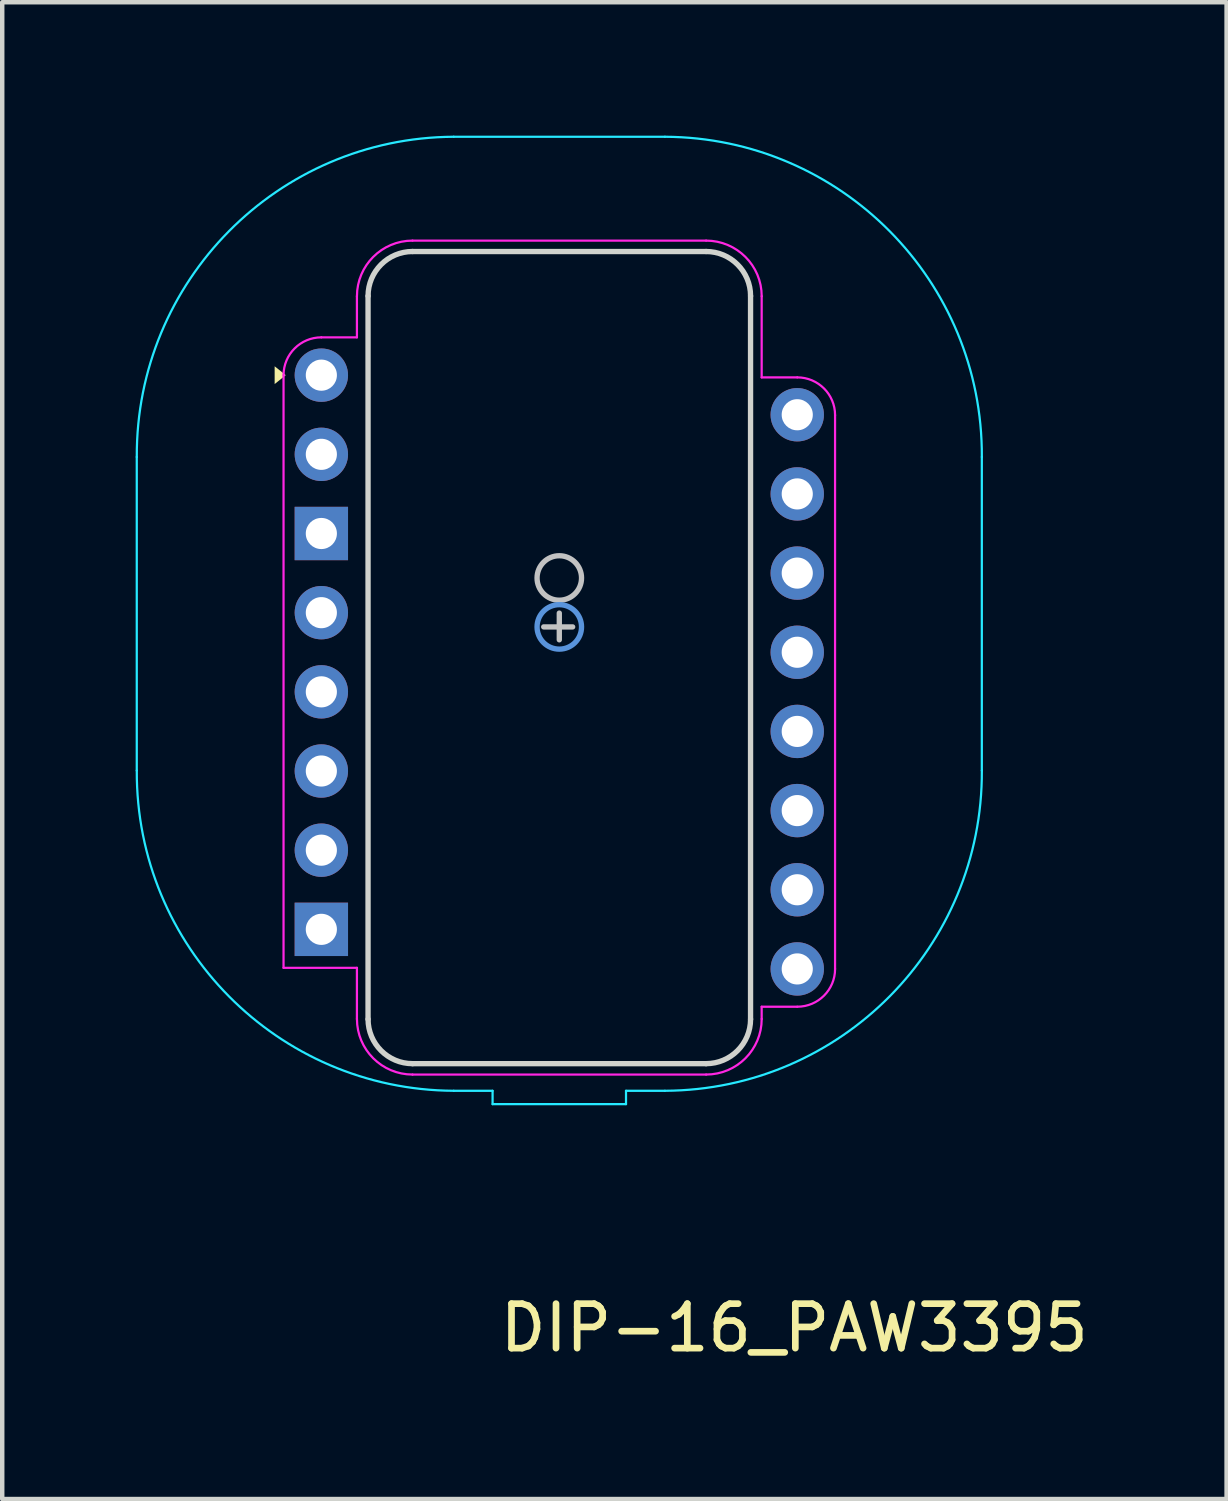
<source format=kicad_pcb>
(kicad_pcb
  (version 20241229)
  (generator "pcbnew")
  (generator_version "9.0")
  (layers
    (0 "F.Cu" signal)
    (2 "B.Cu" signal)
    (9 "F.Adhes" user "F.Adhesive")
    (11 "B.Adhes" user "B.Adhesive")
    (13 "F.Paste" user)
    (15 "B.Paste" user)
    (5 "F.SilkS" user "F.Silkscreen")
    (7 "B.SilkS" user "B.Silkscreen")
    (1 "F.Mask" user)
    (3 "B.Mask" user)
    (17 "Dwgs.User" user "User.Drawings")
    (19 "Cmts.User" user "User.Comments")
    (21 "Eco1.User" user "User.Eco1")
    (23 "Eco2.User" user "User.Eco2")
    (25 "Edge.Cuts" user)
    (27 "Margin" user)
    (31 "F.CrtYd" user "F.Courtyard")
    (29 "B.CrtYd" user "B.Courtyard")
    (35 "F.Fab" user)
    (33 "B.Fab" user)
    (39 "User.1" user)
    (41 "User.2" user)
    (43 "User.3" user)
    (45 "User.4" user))
  (footprint "DIP-16_PAW3395"
    (layer "F.Cu")
    (at 9.528 11.016)
    (property "Reference" "DIP-16_PAW3395" (at 5.28 15.79 0) (layer "F.SilkS") (effects (font (size 1 1) (thickness 0.15))))
    (attr through_hole)
    (fp_poly (pts (xy -6.153 -5.631) (xy -6.403 -5.831) (xy -6.403 -5.431)) (stroke (width 0) (type solid)) (fill yes) (layer "F.SilkS"))
    (fp_line (start -0.353 0.029) (end 0.297 0.029) (stroke (width 0.12) (type solid)) (layer "Dwgs.User"))
    (fp_line (start -0.003 -0.281) (end -0.003 0.319) (stroke (width 0.12) (type solid)) (layer "Dwgs.User"))
    (fp_circle (center -0.003 -1.071) (end 0.497 -1.071) (stroke (width 0.12) (type solid)) (fill no) (layer "Dwgs.User"))
    (fp_circle (center -0.003 0.029) (end 0.497 0.029) (stroke (width 0.12) (type solid)) (fill no) (layer "Cmts.User"))
    (fp_line (start -4.303 -7.411) (end -4.303 8.849) (stroke (width 0.12) (type solid)) (layer "Edge.Cuts"))
    (fp_line (start -3.303 -8.411) (end 3.297 -8.411) (stroke (width 0.12) (type solid)) (layer "Edge.Cuts"))
    (fp_line (start -3.303 9.849) (end 3.297 9.849) (stroke (width 0.12) (type solid)) (layer "Edge.Cuts"))
    (fp_line (start 4.297 -7.411) (end 4.297 8.849) (stroke (width 0.12) (type solid)) (layer "Edge.Cuts"))
    (fp_arc (start -4.302537 -7.411237) (mid -4.009644 -8.118344) (end -3.302537 -8.411237) (stroke (width 0.12) (type default)) (layer "Edge.Cuts"))
    (fp_arc (start -3.302537 9.848763) (mid -4.009644 9.55587) (end -4.302537 8.848763) (stroke (width 0.12) (type default)) (layer "Edge.Cuts"))
    (fp_arc (start 3.297463 -8.411237) (mid 4.00457 -8.118344) (end 4.297463 -7.411237) (stroke (width 0.12) (type default)) (layer "Edge.Cuts"))
    (fp_arc (start 4.297463 8.848763) (mid 4.00457 9.55587) (end 3.297463 9.848763) (stroke (width 0.12) (type default)) (layer "Edge.Cuts"))
    (fp_line (start -9.503 -3.791) (end -9.503 3.259) (stroke (width 0.05) (type solid)) (layer "B.CrtYd"))
    (fp_line (start -2.378 -10.991) (end 2.372 -10.991) (stroke (width 0.05) (type solid)) (layer "B.CrtYd"))
    (fp_line (start -2.378 10.459) (end -1.503 10.459) (stroke (width 0.05) (type solid)) (layer "B.CrtYd"))
    (fp_line (start -1.503 10.459) (end -1.503 10.759) (stroke (width 0.05) (type solid)) (layer "B.CrtYd"))
    (fp_line (start -1.503 10.759) (end 1.497 10.759) (stroke (width 0.05) (type solid)) (layer "B.CrtYd"))
    (fp_line (start 1.497 10.459) (end 1.497 10.759) (stroke (width 0.05) (type solid)) (layer "B.CrtYd"))
    (fp_line (start 1.497 10.459) (end 2.372 10.459) (stroke (width 0.05) (type solid)) (layer "B.CrtYd"))
    (fp_line (start 9.497 -3.791) (end 9.497 3.259) (stroke (width 0.05) (type solid)) (layer "B.CrtYd"))
    (fp_arc (start -9.502538 -3.791237) (mid -7.431207 -8.866874) (end -2.377537 -10.991237) (stroke (width 0.05) (type solid)) (layer "B.CrtYd"))
    (fp_arc (start -2.377537 10.458763) (mid -7.431206 8.334399) (end -9.502537 3.258763) (stroke (width 0.05) (type solid)) (layer "B.CrtYd"))
    (fp_arc (start 2.372463 -10.991237) (mid 7.426132 -8.866873) (end 9.497463 -3.791237) (stroke (width 0.05) (type solid)) (layer "B.CrtYd"))
    (fp_arc (start 9.497463 3.258763) (mid 7.426132 8.334399) (end 2.372463 10.458763) (stroke (width 0.05) (type solid)) (layer "B.CrtYd"))
    (fp_line (start -6.203 7.694) (end -6.203 -5.631) (stroke (width 0.05) (type default)) (layer "F.CrtYd"))
    (fp_line (start -4.553 -7.406) (end -4.553 -6.481) (stroke (width 0.05) (type default)) (layer "F.CrtYd"))
    (fp_line (start -4.553 -6.481) (end -5.353 -6.481) (stroke (width 0.05) (type default)) (layer "F.CrtYd"))
    (fp_line (start -4.553 7.694) (end -6.203 7.694) (stroke (width 0.05) (type default)) (layer "F.CrtYd"))
    (fp_line (start -4.553 8.844) (end -4.553 7.694) (stroke (width 0.05) (type default)) (layer "F.CrtYd"))
    (fp_line (start -3.303 -8.656) (end 3.297 -8.656) (stroke (width 0.05) (type default)) (layer "F.CrtYd"))
    (fp_line (start -3.303 10.094) (end 3.297 10.094) (stroke (width 0.05) (type default)) (layer "F.CrtYd"))
    (fp_line (start 4.547 -7.406) (end 4.547 -5.581) (stroke (width 0.05) (type default)) (layer "F.CrtYd"))
    (fp_line (start 4.547 -5.581) (end 5.347 -5.581) (stroke (width 0.05) (type default)) (layer "F.CrtYd"))
    (fp_line (start 4.547 8.569) (end 4.547 8.844) (stroke (width 0.05) (type default)) (layer "F.CrtYd"))
    (fp_line (start 5.347 8.569) (end 4.547 8.569) (stroke (width 0.05) (type default)) (layer "F.CrtYd"))
    (fp_line (start 6.197 -4.731) (end 6.197 7.719) (stroke (width 0.05) (type default)) (layer "F.CrtYd"))
    (fp_arc (start -6.202537 -5.631237) (mid -5.953578 -6.232278) (end -5.352537 -6.481237) (stroke (width 0.05) (type default)) (layer "F.CrtYd"))
    (fp_arc (start -4.552537 -7.406237) (mid -4.18642 -8.29012) (end -3.302537 -8.656237) (stroke (width 0.05) (type default)) (layer "F.CrtYd"))
    (fp_arc (start -3.302537 10.093763) (mid -4.18642 9.727646) (end -4.552537 8.843763) (stroke (width 0.05) (type default)) (layer "F.CrtYd"))
    (fp_arc (start 3.297463 -8.656237) (mid 4.181346 -8.29012) (end 4.547463 -7.406237) (stroke (width 0.05) (type default)) (layer "F.CrtYd"))
    (fp_arc (start 4.547463 8.843763) (mid 4.181346 9.727646) (end 3.297463 10.093763) (stroke (width 0.05) (type default)) (layer "F.CrtYd"))
    (fp_arc (start 5.347463 -5.581237) (mid 5.948504 -5.332278) (end 6.197463 -4.731237) (stroke (width 0.05) (type default)) (layer "F.CrtYd"))
    (fp_arc (start 6.197463 7.718763) (mid 5.948504 8.319804) (end 5.347463 8.568763) (stroke (width 0.05) (type default)) (layer "F.CrtYd"))
    (pad "1" thru_hole circle (at -5.353 -5.631) (size 1.2 1.2) (drill 0.7) (layers "*.Cu" "*.Mask"))
    (pad "2" thru_hole circle (at -5.353 -3.851) (size 1.2 1.2) (drill 0.7) (layers "*.Cu" "*.Mask"))
    (pad "3" thru_hole rect (at -5.353 -2.071) (size 1.2 1.2) (drill 0.7) (layers "*.Cu" "*.Mask"))
    (pad "4" thru_hole circle (at -5.353 -0.291) (size 1.2 1.2) (drill 0.7) (layers "*.Cu" "*.Mask"))
    (pad "5" thru_hole circle (at -5.353 1.489) (size 1.2 1.2) (drill 0.7) (layers "*.Cu" "*.Mask"))
    (pad "6" thru_hole circle (at -5.353 3.269) (size 1.2 1.2) (drill 0.7) (layers "*.Cu" "*.Mask"))
    (pad "7" thru_hole circle (at -5.353 5.049) (size 1.2 1.2) (drill 0.7) (layers "*.Cu" "*.Mask"))
    (pad "8" thru_hole rect (at -5.353 6.829) (size 1.2 1.2) (drill 0.7) (layers "*.Cu" "*.Mask"))
    (pad "9" thru_hole circle (at 5.347 7.719) (size 1.2 1.2) (drill 0.7) (layers "*.Cu" "*.Mask"))
    (pad "10" thru_hole circle (at 5.347 5.939) (size 1.2 1.2) (drill 0.7) (layers "*.Cu" "*.Mask"))
    (pad "11" thru_hole circle (at 5.347 4.159) (size 1.2 1.2) (drill 0.7) (layers "*.Cu" "*.Mask"))
    (pad "12" thru_hole circle (at 5.347 2.379) (size 1.2 1.2) (drill 0.7) (layers "*.Cu" "*.Mask"))
    (pad "13" thru_hole circle (at 5.347 0.599) (size 1.2 1.2) (drill 0.7) (layers "*.Cu" "*.Mask"))
    (pad "14" thru_hole circle (at 5.347 -1.181) (size 1.2 1.2) (drill 0.7) (layers "*.Cu" "*.Mask"))
    (pad "15" thru_hole circle (at 5.347 -2.961) (size 1.2 1.2) (drill 0.7) (layers "*.Cu" "*.Mask"))
    (pad "16" thru_hole circle (at 5.347 -4.741) (size 1.2 1.2) (drill 0.7) (layers "*.Cu" "*.Mask"))
    (zone (net_name "") (layers "F.Cu" "B.Cu" "Edge.Cuts") (hatch edge 0.2) (connect_pads) (min_thickness 0.25) (filled_areas_thickness no) (keepout (tracks not_allowed) (vias not_allowed) (pads not_allowed) (copperpour not_allowed) (footprints allowed)) (placement (enabled no)) (fill) (polygon (pts (xy 12.864 2.308) (xy 12.867 2.308) (xy 13.028 2.321) (xy 13.227 2.369) (xy 13.415 2.447) (xy 13.589 2.553) (xy 13.744 2.686) (xy 13.877 2.841) (xy 13.983 3.015) (xy 14.061 3.203) (xy 14.109 3.402) (xy 14.122 3.563) (xy 14.123 3.566) (xy 14.125 3.605) (xy 14.125 19.865) (xy 14.123 19.904) (xy 14.122 19.907) (xy 14.109 20.068) (xy 14.061 20.267) (xy 13.983 20.455) (xy 13.877 20.629) (xy 13.744 20.784) (xy 13.589 20.917) (xy 13.415 21.023) (xy 13.227 21.101) (xy 13.028 21.149) (xy 12.867 21.162) (xy 12.864 21.162) (xy 12.825 21.165) (xy 6.225 21.165) (xy 6.186 21.162) (xy 6.183 21.162) (xy 6.022 21.149) (xy 5.823 21.101) (xy 5.635 21.023) (xy 5.461 20.917) (xy 5.306 20.784) (xy 5.173 20.629) (xy 5.067 20.455) (xy 4.989 20.267) (xy 4.941 20.068) (xy 4.928 19.907) (xy 4.928 19.904) (xy 4.925 19.865) (xy 4.925 3.605) (xy 4.928 3.566) (xy 4.928 3.563) (xy 4.941 3.402) (xy 4.989 3.203) (xy 5.067 3.015) (xy 5.173 2.841) (xy 5.306 2.686) (xy 5.461 2.553) (xy 5.635 2.447) (xy 5.823 2.369) (xy 6.022 2.321) (xy 6.183 2.308) (xy 6.186 2.308) (xy 6.225 2.305) (xy 12.825 2.305))) (polygon (pts (xy 6.021 2.932) (xy 5.894 2.985) (xy 5.779 3.061) (xy 5.681 3.159) (xy 5.605 3.273) (xy 5.552 3.401) (xy 5.525 3.536) (xy 5.525 19.934) (xy 5.552 20.069) (xy 5.605 20.197) (xy 5.681 20.311) (xy 5.779 20.409) (xy 5.894 20.485) (xy 6.021 20.538) (xy 6.156 20.565) (xy 12.894 20.565) (xy 13.029 20.538) (xy 13.157 20.485) (xy 13.271 20.409) (xy 13.369 20.311) (xy 13.445 20.197) (xy 13.498 20.069) (xy 13.525 19.934) (xy 13.525 3.536) (xy 13.498 3.401) (xy 13.445 3.273) (xy 13.369 3.159) (xy 13.271 3.061) (xy 13.157 2.985) (xy 13.029 2.932) (xy 12.894 2.905) (xy 6.156 2.905)))))
  (gr_rect
    (start -3 -3)
    (end 24.528 30.654)
    (stroke (width 0.1) (type default))
    (fill no)
    (layer "Edge.Cuts")))
</source>
